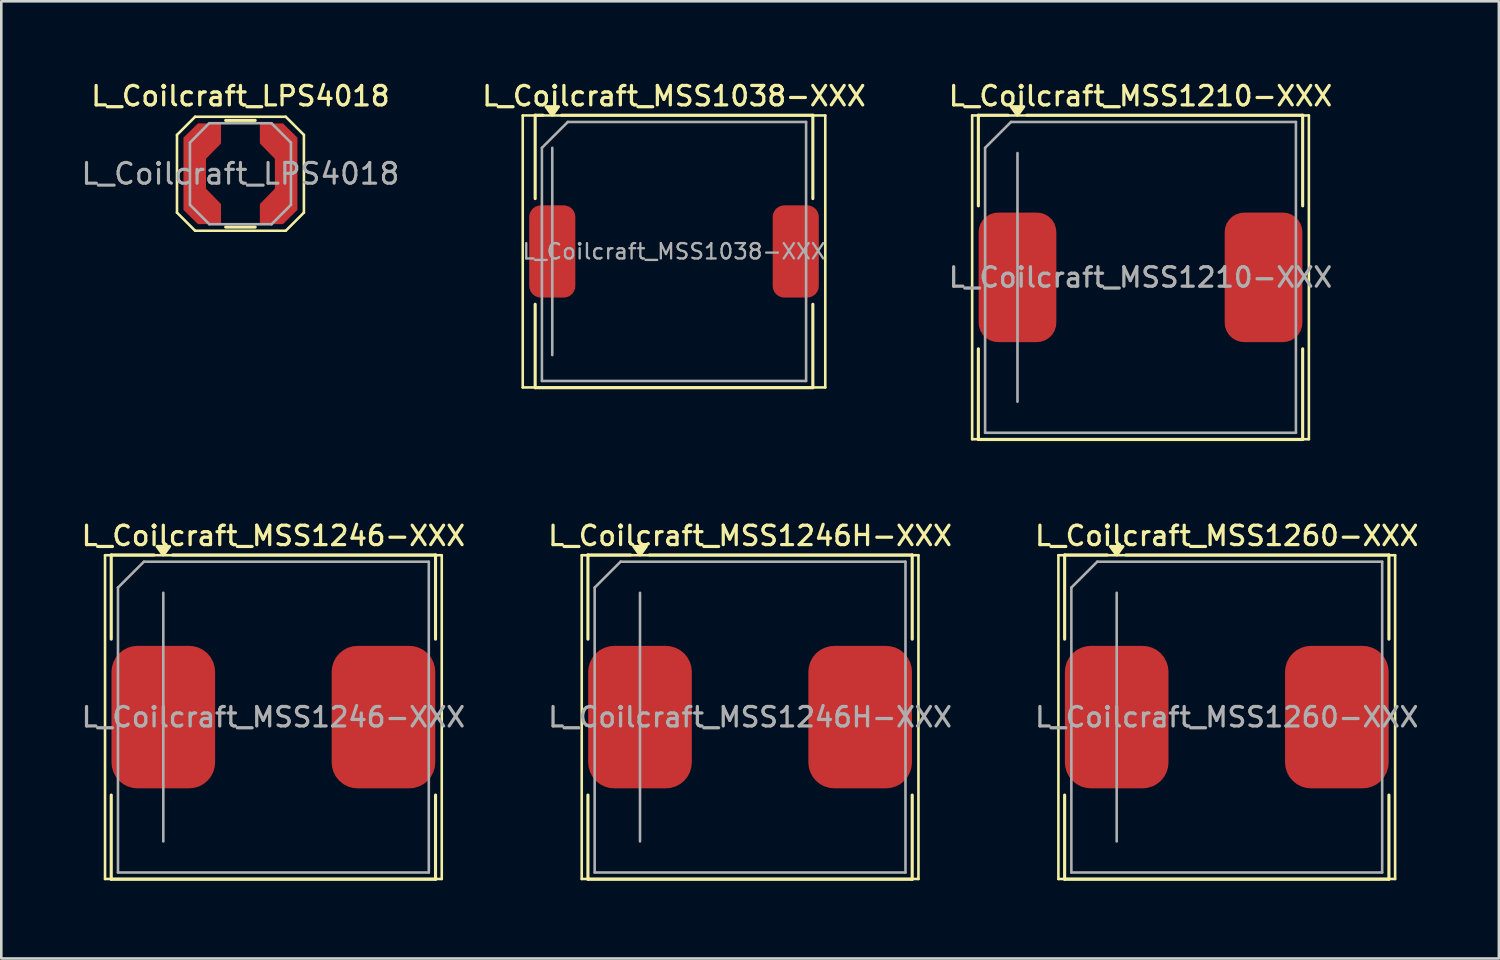
<source format=kicad_pcb>
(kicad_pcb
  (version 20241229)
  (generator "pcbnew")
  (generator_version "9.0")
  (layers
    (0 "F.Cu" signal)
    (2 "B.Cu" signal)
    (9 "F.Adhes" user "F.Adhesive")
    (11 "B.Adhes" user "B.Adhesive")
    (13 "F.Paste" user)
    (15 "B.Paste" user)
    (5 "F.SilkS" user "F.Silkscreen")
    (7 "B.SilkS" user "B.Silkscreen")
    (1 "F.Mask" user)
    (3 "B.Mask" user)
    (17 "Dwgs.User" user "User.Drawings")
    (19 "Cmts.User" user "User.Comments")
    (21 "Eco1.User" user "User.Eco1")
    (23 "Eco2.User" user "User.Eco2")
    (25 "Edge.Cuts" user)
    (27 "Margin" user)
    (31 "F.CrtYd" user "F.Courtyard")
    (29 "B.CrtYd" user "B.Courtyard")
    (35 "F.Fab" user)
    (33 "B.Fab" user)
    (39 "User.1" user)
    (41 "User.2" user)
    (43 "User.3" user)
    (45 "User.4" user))
  (footprint "L_Coilcraft_MSS1210-XXX"
    (layer "F.Cu")
    (at 40.983 7.658)
    (property "Reference" "L_Coilcraft_MSS1210-XXX" (at 0 -7 0) (layer "F.SilkS") (effects (font (size 0.75 0.75) (thickness 0.125))))
    (attr smd)
    (fp_line (start -6.5 -6.25) (end -6.5 6.25) (stroke (width 0.1) (type solid)) (layer "F.SilkS"))
    (fp_line (start -6.5 6.25) (end 6.5 6.25) (stroke (width 0.1) (type solid)) (layer "F.SilkS"))
    (fp_line (start -6.26 -6.26) (end -6.26 -2.76) (stroke (width 0.12) (type solid)) (layer "F.SilkS"))
    (fp_line (start -6.26 -6.26) (end -5.11 -6.26) (stroke (width 0.12) (type solid)) (layer "F.SilkS"))
    (fp_line (start -6.26 6.26) (end -6.26 2.76) (stroke (width 0.12) (type solid)) (layer "F.SilkS"))
    (fp_line (start -6.26 6.26) (end 6.26 6.26) (stroke (width 0.12) (type solid)) (layer "F.SilkS"))
    (fp_line (start -4.39 -6.26) (end 6.26 -6.26) (stroke (width 0.12) (type solid)) (layer "F.SilkS"))
    (fp_line (start 6.26 -6.26) (end 6.26 -2.76) (stroke (width 0.12) (type solid)) (layer "F.SilkS"))
    (fp_line (start 6.26 6.26) (end 6.26 2.76) (stroke (width 0.12) (type solid)) (layer "F.SilkS"))
    (fp_line (start 6.5 -6.25) (end -6.5 -6.25) (stroke (width 0.1) (type solid)) (layer "F.SilkS"))
    (fp_line (start 6.5 6.25) (end 6.5 -6.25) (stroke (width 0.1) (type solid)) (layer "F.SilkS"))
    (fp_poly (pts (xy -4.75 -6.26) (xy -4.99 -6.59) (xy -4.51 -6.59) (xy -4.75 -6.26)) (stroke (width 0.12) (type solid)) (fill yes) (layer "F.SilkS"))
    (fp_line (start -6 -5) (end -5 -6) (stroke (width 0.1) (type solid)) (layer "F.Fab"))
    (fp_line (start -6 6) (end -6 -5) (stroke (width 0.1) (type solid)) (layer "F.Fab"))
    (fp_line (start -5 -6) (end 6 -6) (stroke (width 0.1) (type solid)) (layer "F.Fab"))
    (fp_line (start -4.75 4.8) (end -4.75 -4.8) (stroke (width 0.1) (type solid)) (layer "F.Fab"))
    (fp_line (start 6 -6) (end 6 6) (stroke (width 0.1) (type solid)) (layer "F.Fab"))
    (fp_line (start 6 6) (end -6 6) (stroke (width 0.1) (type solid)) (layer "F.Fab"))
    (fp_text user "${REFERENCE}" (at 0 0 0) (layer "F.Fab") (effects (font (size 0.75 0.75) (thickness 0.125))))
    (pad "1" smd roundrect (at -4.75 0) (size 3 5) (layers "F.Cu" "F.Mask" "F.Paste") (roundrect_rratio 0.25))
    (pad "2" smd roundrect (at 4.75 0) (size 3 5) (layers "F.Cu" "F.Mask" "F.Paste") (roundrect_rratio 0.25)))
  (footprint "L_Coilcraft_MSS1260-XXX"
    (layer "F.Cu")
    (at 44.313 24.636)
    (property "Reference" "L_Coilcraft_MSS1260-XXX" (at 0 -7 0) (layer "F.SilkS") (effects (font (size 0.75 0.75) (thickness 0.125))))
    (attr smd)
    (fp_line (start -6.5 -6.25) (end -6.5 6.25) (stroke (width 0.1) (type solid)) (layer "F.SilkS"))
    (fp_line (start -6.5 6.25) (end 6.5 6.25) (stroke (width 0.1) (type solid)) (layer "F.SilkS"))
    (fp_line (start -6.26 -6.26) (end -6.26 -3.01) (stroke (width 0.12) (type solid)) (layer "F.SilkS"))
    (fp_line (start -6.26 -6.26) (end -4.61 -6.26) (stroke (width 0.12) (type solid)) (layer "F.SilkS"))
    (fp_line (start -6.26 6.26) (end -6.26 3.01) (stroke (width 0.12) (type solid)) (layer "F.SilkS"))
    (fp_line (start -6.26 6.26) (end 6.26 6.26) (stroke (width 0.12) (type solid)) (layer "F.SilkS"))
    (fp_line (start -3.89 -6.26) (end 6.26 -6.26) (stroke (width 0.12) (type solid)) (layer "F.SilkS"))
    (fp_line (start 6.26 -6.26) (end 6.26 -3.01) (stroke (width 0.12) (type solid)) (layer "F.SilkS"))
    (fp_line (start 6.26 6.26) (end 6.26 3.01) (stroke (width 0.12) (type solid)) (layer "F.SilkS"))
    (fp_line (start 6.5 -6.25) (end -6.5 -6.25) (stroke (width 0.1) (type solid)) (layer "F.SilkS"))
    (fp_line (start 6.5 6.25) (end 6.5 -6.25) (stroke (width 0.1) (type solid)) (layer "F.SilkS"))
    (fp_poly (pts (xy -4.25 -6.26) (xy -4.49 -6.59) (xy -4.01 -6.59) (xy -4.25 -6.26)) (stroke (width 0.12) (type solid)) (fill yes) (layer "F.SilkS"))
    (fp_line (start -6 -5) (end -5 -6) (stroke (width 0.1) (type solid)) (layer "F.Fab"))
    (fp_line (start -6 6) (end -6 -5) (stroke (width 0.1) (type solid)) (layer "F.Fab"))
    (fp_line (start -5 -6) (end 6 -6) (stroke (width 0.1) (type solid)) (layer "F.Fab"))
    (fp_line (start -4.25 4.8) (end -4.25 -4.8) (stroke (width 0.1) (type solid)) (layer "F.Fab"))
    (fp_line (start 6 -6) (end 6 6) (stroke (width 0.1) (type solid)) (layer "F.Fab"))
    (fp_line (start 6 6) (end -6 6) (stroke (width 0.1) (type solid)) (layer "F.Fab"))
    (fp_text user "${REFERENCE}" (at 0 0 0) (layer "F.Fab") (effects (font (size 0.75 0.75) (thickness 0.125))))
    (pad "1" smd roundrect (at -4.25 0) (size 4 5.5) (layers "F.Cu" "F.Mask" "F.Paste") (roundrect_rratio 0.25))
    (pad "2" smd roundrect (at 4.25 0) (size 4 5.5) (layers "F.Cu" "F.Mask" "F.Paste") (roundrect_rratio 0.25)))
  (footprint "L_Coilcraft_LPS4018"
    (layer "F.Cu")
    (at 6.233 3.658)
    (property "Reference" "L_Coilcraft_LPS4018" (at 0 -3 0) (layer "F.SilkS") (effects (font (size 0.75 0.75) (thickness 0.125))))
    (attr smd)
    (fp_line (start -2.45 -1.5) (end -2.45 1.5) (stroke (width 0.1) (type solid)) (layer "F.SilkS"))
    (fp_line (start -1.75 -2.2) (end -2.45 -1.5) (stroke (width 0.1) (type solid)) (layer "F.SilkS"))
    (fp_line (start -1.75 -2.2) (end 1.75 -2.2) (stroke (width 0.1) (type solid)) (layer "F.SilkS"))
    (fp_line (start -1.75 2.2) (end -2.45 1.5) (stroke (width 0.1) (type solid)) (layer "F.SilkS"))
    (fp_line (start -1.75 2.2) (end 1.75 2.2) (stroke (width 0.1) (type solid)) (layer "F.SilkS"))
    (fp_line (start -0.57 -2.06) (end 0.57 -2.06) (stroke (width 0.12) (type solid)) (layer "F.SilkS"))
    (fp_line (start -0.57 2.06) (end 0.57 2.06) (stroke (width 0.12) (type solid)) (layer "F.SilkS"))
    (fp_line (start 1.75 -2.2) (end 2.45 -1.5) (stroke (width 0.1) (type solid)) (layer "F.SilkS"))
    (fp_line (start 1.75 2.2) (end 2.45 1.5) (stroke (width 0.1) (type solid)) (layer "F.SilkS"))
    (fp_line (start 2.45 -1.5) (end 2.45 1.5) (stroke (width 0.1) (type solid)) (layer "F.SilkS"))
    (fp_line (start -1.95 -1.2) (end -1.21 -1.95) (stroke (width 0.1) (type solid)) (layer "F.Fab"))
    (fp_line (start -1.95 1.2) (end -1.95 -1.2) (stroke (width 0.1) (type solid)) (layer "F.Fab"))
    (fp_line (start -1.95 1.2) (end -1.2 1.95) (stroke (width 0.1) (type solid)) (layer "F.Fab"))
    (fp_line (start -1.2 -1.95) (end 1.2 -1.95) (stroke (width 0.1) (type solid)) (layer "F.Fab"))
    (fp_line (start 1.2 -1.95) (end 1.95 -1.2) (stroke (width 0.1) (type solid)) (layer "F.Fab"))
    (fp_line (start 1.2 1.95) (end -1.2 1.95) (stroke (width 0.1) (type solid)) (layer "F.Fab"))
    (fp_line (start 1.2 1.95) (end 1.95 1.2) (stroke (width 0.1) (type solid)) (layer "F.Fab"))
    (fp_line (start 1.95 -1.2) (end 1.95 1.2) (stroke (width 0.1) (type solid)) (layer "F.Fab"))
    (fp_text user "${REFERENCE}" (at 0 0 0) (layer "F.Fab") (effects (font (size 0.8 0.8) (thickness 0.12))))
    (pad "1" smd custom (at -1.765 0) (size 0.87 2.79) (layers "F.Cu" "F.Mask" "F.Paste") (options (anchor rect)) (primitives (gr_poly (pts (xy 1.015 -1.17) (xy 0.435 -0.575) (xy 0.435 0.575) (xy 1.015 1.17) (xy 1.015 1.945) (xy 0.125 1.945) (xy -0.435 1.395) (xy -0.435 -1.395) (xy 0.125 -1.945) (xy 1.015 -1.945)) (width 0) (fill yes))))
    (pad "2" smd custom (at 1.765 0) (size 0.87 2.79) (layers "F.Cu" "F.Mask" "F.Paste") (options (anchor rect)) (primitives (gr_poly (pts (xy 0.435 -1.395) (xy 0.435 1.395) (xy -0.125 1.945) (xy -1.015 1.945) (xy -1.015 1.17) (xy -0.435 0.575) (xy -0.435 -0.575) (xy -1.015 -1.17) (xy -1.015 -1.945) (xy -0.125 -1.945)) (width 0) (fill yes)))))
  (footprint "L_Coilcraft_MSS1038-XXX"
    (layer "F.Cu")
    (at 22.972 6.658)
    (property "Reference" "L_Coilcraft_MSS1038-XXX" (at 0 -6 0) (layer "F.SilkS") (effects (font (size 0.75 0.75) (thickness 0.125))))
    (attr smd)
    (fp_line (start -5.84 -5.25) (end -5.84 5.25) (stroke (width 0.1) (type solid)) (layer "F.SilkS"))
    (fp_line (start -5.84 5.25) (end 5.84 5.25) (stroke (width 0.1) (type solid)) (layer "F.SilkS"))
    (fp_line (start -5.36 -5.26) (end -5.36 -2.04) (stroke (width 0.12) (type solid)) (layer "F.SilkS"))
    (fp_line (start -5.36 -5.26) (end -5.06 -5.26) (stroke (width 0.12) (type solid)) (layer "F.SilkS"))
    (fp_line (start -5.36 5.26) (end -5.36 2.04) (stroke (width 0.12) (type solid)) (layer "F.SilkS"))
    (fp_line (start -5.36 5.26) (end 5.36 5.26) (stroke (width 0.12) (type solid)) (layer "F.SilkS"))
    (fp_line (start -4.34 -5.26) (end 5.36 -5.26) (stroke (width 0.12) (type solid)) (layer "F.SilkS"))
    (fp_line (start 5.36 -5.26) (end 5.36 -2.04) (stroke (width 0.12) (type solid)) (layer "F.SilkS"))
    (fp_line (start 5.36 5.26) (end 5.36 2.04) (stroke (width 0.12) (type solid)) (layer "F.SilkS"))
    (fp_line (start 5.84 -5.25) (end -5.84 -5.25) (stroke (width 0.1) (type solid)) (layer "F.SilkS"))
    (fp_line (start 5.84 5.25) (end 5.84 -5.25) (stroke (width 0.1) (type solid)) (layer "F.SilkS"))
    (fp_poly (pts (xy -4.7 -5.26) (xy -4.94 -5.59) (xy -4.46 -5.59) (xy -4.7 -5.26)) (stroke (width 0.12) (type solid)) (fill yes) (layer "F.SilkS"))
    (fp_line (start -5.1 -4) (end -4.1 -5) (stroke (width 0.1) (type solid)) (layer "F.Fab"))
    (fp_line (start -5.1 5) (end -5.1 -4) (stroke (width 0.1) (type solid)) (layer "F.Fab"))
    (fp_line (start -4.7 4) (end -4.7 -4) (stroke (width 0.1) (type solid)) (layer "F.Fab"))
    (fp_line (start -4.1 -5) (end 5.1 -5) (stroke (width 0.1) (type solid)) (layer "F.Fab"))
    (fp_line (start 5.1 -5) (end 5.1 5) (stroke (width 0.1) (type solid)) (layer "F.Fab"))
    (fp_line (start 5.1 5) (end -5.1 5) (stroke (width 0.1) (type solid)) (layer "F.Fab"))
    (fp_text user "${REFERENCE}" (at 0 0 0) (layer "F.Fab") (effects (font (size 0.593 0.593) (thickness 0.089))))
    (pad "1" smd roundrect (at -4.7 0) (size 1.78 3.56) (layers "F.Cu" "F.Mask" "F.Paste") (roundrect_rratio 0.25))
    (pad "2" smd roundrect (at 4.7 0) (size 1.78 3.56) (layers "F.Cu" "F.Mask" "F.Paste") (roundrect_rratio 0.25)))
  (footprint "L_Coilcraft_MSS1246-XXX"
    (layer "F.Cu")
    (at 7.505 24.636)
    (property "Reference" "L_Coilcraft_MSS1246-XXX" (at 0 -7 0) (layer "F.SilkS") (effects (font (size 0.75 0.75) (thickness 0.125))))
    (attr smd)
    (fp_line (start -6.5 -6.25) (end -6.5 6.25) (stroke (width 0.1) (type solid)) (layer "F.SilkS"))
    (fp_line (start -6.5 6.25) (end 6.5 6.25) (stroke (width 0.1) (type solid)) (layer "F.SilkS"))
    (fp_line (start -6.26 -6.26) (end -6.26 -3.01) (stroke (width 0.12) (type solid)) (layer "F.SilkS"))
    (fp_line (start -6.26 -6.26) (end -4.61 -6.26) (stroke (width 0.12) (type solid)) (layer "F.SilkS"))
    (fp_line (start -6.26 6.26) (end -6.26 3.01) (stroke (width 0.12) (type solid)) (layer "F.SilkS"))
    (fp_line (start -6.26 6.26) (end 6.26 6.26) (stroke (width 0.12) (type solid)) (layer "F.SilkS"))
    (fp_line (start -3.89 -6.26) (end 6.26 -6.26) (stroke (width 0.12) (type solid)) (layer "F.SilkS"))
    (fp_line (start 6.26 -6.26) (end 6.26 -3.01) (stroke (width 0.12) (type solid)) (layer "F.SilkS"))
    (fp_line (start 6.26 6.26) (end 6.26 3.01) (stroke (width 0.12) (type solid)) (layer "F.SilkS"))
    (fp_line (start 6.5 -6.25) (end -6.5 -6.25) (stroke (width 0.1) (type solid)) (layer "F.SilkS"))
    (fp_line (start 6.5 6.25) (end 6.5 -6.25) (stroke (width 0.1) (type solid)) (layer "F.SilkS"))
    (fp_poly (pts (xy -4.25 -6.26) (xy -4.49 -6.59) (xy -4.01 -6.59) (xy -4.25 -6.26)) (stroke (width 0.12) (type solid)) (fill yes) (layer "F.SilkS"))
    (fp_line (start -6 -5) (end -5 -6) (stroke (width 0.1) (type solid)) (layer "F.Fab"))
    (fp_line (start -6 6) (end -6 -5) (stroke (width 0.1) (type solid)) (layer "F.Fab"))
    (fp_line (start -5 -6) (end 6 -6) (stroke (width 0.1) (type solid)) (layer "F.Fab"))
    (fp_line (start -4.25 4.8) (end -4.25 -4.8) (stroke (width 0.1) (type solid)) (layer "F.Fab"))
    (fp_line (start 6 -6) (end 6 6) (stroke (width 0.1) (type solid)) (layer "F.Fab"))
    (fp_line (start 6 6) (end -6 6) (stroke (width 0.1) (type solid)) (layer "F.Fab"))
    (fp_text user "${REFERENCE}" (at 0 0 0) (layer "F.Fab") (effects (font (size 0.75 0.75) (thickness 0.125))))
    (pad "1" smd roundrect (at -4.25 0) (size 4 5.5) (layers "F.Cu" "F.Mask" "F.Paste") (roundrect_rratio 0.25))
    (pad "2" smd roundrect (at 4.25 0) (size 4 5.5) (layers "F.Cu" "F.Mask" "F.Paste") (roundrect_rratio 0.25)))
  (footprint "L_Coilcraft_MSS1246H-XXX"
    (layer "F.Cu")
    (at 25.909 24.636)
    (property "Reference" "L_Coilcraft_MSS1246H-XXX" (at 0 -7 0) (layer "F.SilkS") (effects (font (size 0.75 0.75) (thickness 0.125))))
    (attr smd)
    (fp_line (start -6.5 -6.25) (end -6.5 6.25) (stroke (width 0.1) (type solid)) (layer "F.SilkS"))
    (fp_line (start -6.5 6.25) (end 6.5 6.25) (stroke (width 0.1) (type solid)) (layer "F.SilkS"))
    (fp_line (start -6.26 -6.26) (end -6.26 -3.01) (stroke (width 0.12) (type solid)) (layer "F.SilkS"))
    (fp_line (start -6.26 -6.26) (end -4.61 -6.26) (stroke (width 0.12) (type solid)) (layer "F.SilkS"))
    (fp_line (start -6.26 6.26) (end -6.26 3.01) (stroke (width 0.12) (type solid)) (layer "F.SilkS"))
    (fp_line (start -6.26 6.26) (end 6.26 6.26) (stroke (width 0.12) (type solid)) (layer "F.SilkS"))
    (fp_line (start -3.89 -6.26) (end 6.26 -6.26) (stroke (width 0.12) (type solid)) (layer "F.SilkS"))
    (fp_line (start 6.26 -6.26) (end 6.26 -3.01) (stroke (width 0.12) (type solid)) (layer "F.SilkS"))
    (fp_line (start 6.26 6.26) (end 6.26 3.01) (stroke (width 0.12) (type solid)) (layer "F.SilkS"))
    (fp_line (start 6.5 -6.25) (end -6.5 -6.25) (stroke (width 0.1) (type solid)) (layer "F.SilkS"))
    (fp_line (start 6.5 6.25) (end 6.5 -6.25) (stroke (width 0.1) (type solid)) (layer "F.SilkS"))
    (fp_poly (pts (xy -4.25 -6.26) (xy -4.49 -6.59) (xy -4.01 -6.59) (xy -4.25 -6.26)) (stroke (width 0.12) (type solid)) (fill yes) (layer "F.SilkS"))
    (fp_line (start -6 -5) (end -5 -6) (stroke (width 0.1) (type solid)) (layer "F.Fab"))
    (fp_line (start -6 6) (end -6 -5) (stroke (width 0.1) (type solid)) (layer "F.Fab"))
    (fp_line (start -5 -6) (end 6 -6) (stroke (width 0.1) (type solid)) (layer "F.Fab"))
    (fp_line (start -4.25 4.8) (end -4.25 -4.8) (stroke (width 0.1) (type solid)) (layer "F.Fab"))
    (fp_line (start 6 -6) (end 6 6) (stroke (width 0.1) (type solid)) (layer "F.Fab"))
    (fp_line (start 6 6) (end -6 6) (stroke (width 0.1) (type solid)) (layer "F.Fab"))
    (fp_text user "${REFERENCE}" (at 0 0 0) (layer "F.Fab") (effects (font (size 0.75 0.75) (thickness 0.125))))
    (pad "1" smd roundrect (at -4.25 0) (size 4 5.5) (layers "F.Cu" "F.Mask" "F.Paste") (roundrect_rratio 0.25))
    (pad "2" smd roundrect (at 4.25 0) (size 4 5.5) (layers "F.Cu" "F.Mask" "F.Paste") (roundrect_rratio 0.25)))
  (gr_rect
    (start -3 -3)
    (end 54.818 33.956)
    (stroke (width 0.1) (type default))
    (fill no)
    (layer "Edge.Cuts")))
</source>
